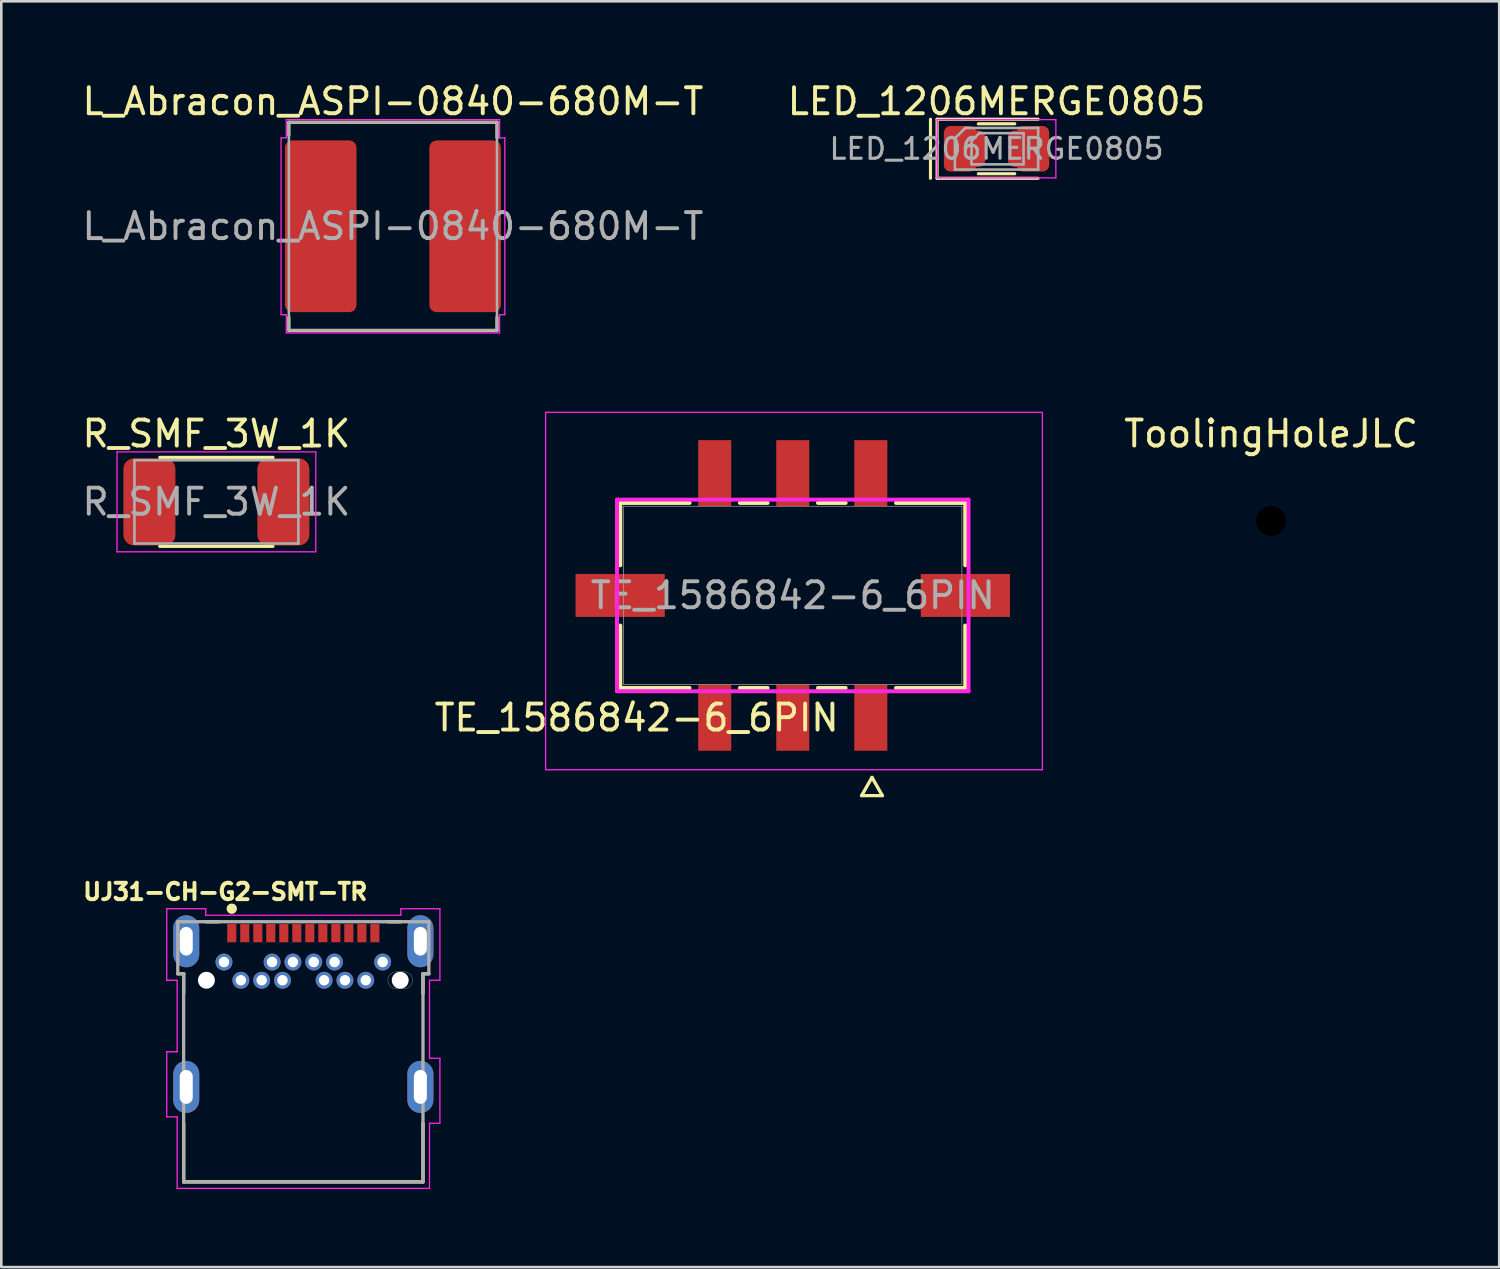
<source format=kicad_pcb>
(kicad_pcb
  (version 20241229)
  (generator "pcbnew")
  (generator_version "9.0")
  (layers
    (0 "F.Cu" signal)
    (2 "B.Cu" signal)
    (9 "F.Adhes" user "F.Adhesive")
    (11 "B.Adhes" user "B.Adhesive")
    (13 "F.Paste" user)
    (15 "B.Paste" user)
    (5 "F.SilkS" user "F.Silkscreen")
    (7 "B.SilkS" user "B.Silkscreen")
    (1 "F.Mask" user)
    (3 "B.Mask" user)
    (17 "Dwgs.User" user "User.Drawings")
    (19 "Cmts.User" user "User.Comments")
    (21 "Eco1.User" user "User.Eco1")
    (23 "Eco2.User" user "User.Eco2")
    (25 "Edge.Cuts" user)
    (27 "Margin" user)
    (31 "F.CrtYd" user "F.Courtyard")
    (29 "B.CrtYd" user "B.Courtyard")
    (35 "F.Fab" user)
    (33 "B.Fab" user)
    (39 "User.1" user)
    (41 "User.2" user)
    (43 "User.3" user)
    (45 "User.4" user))
  (footprint "UJ31-CH-G2-SMT-TR"
    (layer "F.Cu")
    (at 5.859 32.82)
    (property "Reference" "UJ31-CH-G2-SMT-TR" (at -0.25 -1.591 0) (layer "F.SilkS") (effects (font (size 0.63 0.63) (thickness 0.15))))
    (attr through_hole)
    (fp_line (start -2.075 1.56) (end -1.85 1.56) (stroke (width 0.127) (type solid)) (layer "F.SilkS"))
    (fp_line (start -1.85 1.56) (end -1.85 2.31) (stroke (width 0.127) (type solid)) (layer "F.SilkS"))
    (fp_line (start -1.85 9.56) (end -1.85 7.31) (stroke (width 0.127) (type solid)) (layer "F.SilkS"))
    (fp_line (start -1 -0.44) (end -0.5 -0.44) (stroke (width 0.127) (type solid)) (layer "F.SilkS"))
    (fp_line (start 6 -0.44) (end 6.5 -0.44) (stroke (width 0.127) (type solid)) (layer "F.SilkS"))
    (fp_line (start 7.35 1.56) (end 7.35 2.31) (stroke (width 0.127) (type solid)) (layer "F.SilkS"))
    (fp_line (start 7.35 7.31) (end 7.35 9.56) (stroke (width 0.127) (type solid)) (layer "F.SilkS"))
    (fp_line (start 7.35 9.56) (end -1.85 9.56) (stroke (width 0.127) (type solid)) (layer "F.SilkS"))
    (fp_line (start 7.575 1.56) (end 7.35 1.56) (stroke (width 0.127) (type solid)) (layer "F.SilkS"))
    (fp_circle (center 0 -0.94) (end 0.1 -0.94) (stroke (width 0.2) (type solid)) (fill no) (layer "F.SilkS"))
    (fp_line (start 6.325 1.485) (end 6.625 1.485) (stroke (width 0.01) (type solid)) (layer "Edge.Cuts"))
    (fp_line (start 6.325 2.135) (end 6.625 2.135) (stroke (width 0.01) (type solid)) (layer "Edge.Cuts"))
    (fp_arc (start 6.325 2.135) (mid 6 1.81) (end 6.325 1.485) (stroke (width 0.01) (type solid)) (layer "Edge.Cuts"))
    (fp_arc (start 6.625 1.485) (mid 6.95 1.81) (end 6.625 2.135) (stroke (width 0.01) (type solid)) (layer "Edge.Cuts"))
    (fp_line (start -2.5 -0.94) (end -1 -0.94) (stroke (width 0.05) (type solid)) (layer "F.CrtYd"))
    (fp_line (start -2.5 1.81) (end -2.5 -0.94) (stroke (width 0.05) (type solid)) (layer "F.CrtYd"))
    (fp_line (start -2.5 4.56) (end -2.1 4.56) (stroke (width 0.05) (type solid)) (layer "F.CrtYd"))
    (fp_line (start -2.5 7.06) (end -2.5 4.56) (stroke (width 0.05) (type solid)) (layer "F.CrtYd"))
    (fp_line (start -2.1 1.81) (end -2.5 1.81) (stroke (width 0.05) (type solid)) (layer "F.CrtYd"))
    (fp_line (start -2.1 4.56) (end -2.1 1.81) (stroke (width 0.05) (type solid)) (layer "F.CrtYd"))
    (fp_line (start -2.1 7.06) (end -2.5 7.06) (stroke (width 0.05) (type solid)) (layer "F.CrtYd"))
    (fp_line (start -2.1 9.81) (end -2.1 7.06) (stroke (width 0.05) (type solid)) (layer "F.CrtYd"))
    (fp_line (start -1 -0.94) (end -1 -0.69) (stroke (width 0.05) (type solid)) (layer "F.CrtYd"))
    (fp_line (start -1 -0.69) (end 6.5 -0.69) (stroke (width 0.05) (type solid)) (layer "F.CrtYd"))
    (fp_line (start 6.5 -0.94) (end 8 -0.94) (stroke (width 0.05) (type solid)) (layer "F.CrtYd"))
    (fp_line (start 6.5 -0.69) (end 6.5 -0.94) (stroke (width 0.05) (type solid)) (layer "F.CrtYd"))
    (fp_line (start 7.6 1.81) (end 7.6 4.81) (stroke (width 0.05) (type solid)) (layer "F.CrtYd"))
    (fp_line (start 7.6 4.81) (end 8 4.81) (stroke (width 0.05) (type solid)) (layer "F.CrtYd"))
    (fp_line (start 7.6 7.31) (end 7.6 9.81) (stroke (width 0.05) (type solid)) (layer "F.CrtYd"))
    (fp_line (start 7.6 9.81) (end -2.1 9.81) (stroke (width 0.05) (type solid)) (layer "F.CrtYd"))
    (fp_line (start 8 -0.94) (end 8 1.81) (stroke (width 0.05) (type solid)) (layer "F.CrtYd"))
    (fp_line (start 8 1.81) (end 7.6 1.81) (stroke (width 0.05) (type solid)) (layer "F.CrtYd"))
    (fp_line (start 8 4.81) (end 8 7.31) (stroke (width 0.05) (type solid)) (layer "F.CrtYd"))
    (fp_line (start 8 7.31) (end 7.6 7.31) (stroke (width 0.05) (type solid)) (layer "F.CrtYd"))
    (fp_line (start -2.075 -0.44) (end 7.575 -0.44) (stroke (width 0.127) (type solid)) (layer "F.Fab"))
    (fp_line (start -2.075 1.56) (end -2.075 -0.44) (stroke (width 0.127) (type solid)) (layer "F.Fab"))
    (fp_line (start -1.85 1.56) (end -2.075 1.56) (stroke (width 0.127) (type solid)) (layer "F.Fab"))
    (fp_line (start -1.85 9.56) (end -1.85 1.56) (stroke (width 0.127) (type solid)) (layer "F.Fab"))
    (fp_line (start 7.35 1.56) (end 7.35 9.56) (stroke (width 0.127) (type solid)) (layer "F.Fab"))
    (fp_line (start 7.35 9.56) (end -1.85 9.56) (stroke (width 0.127) (type solid)) (layer "F.Fab"))
    (fp_line (start 7.575 -0.44) (end 7.575 1.56) (stroke (width 0.127) (type solid)) (layer "F.Fab"))
    (fp_line (start 7.575 1.56) (end 7.35 1.56) (stroke (width 0.127) (type solid)) (layer "F.Fab"))
    (pad "" np_thru_hole circle (at -0.975 1.81) (size 0.65 0.65) (drill 0.65) (layers "*.Cu" "*.Mask"))
    (pad "" np_thru_hole circle (at 6.475 1.81) (size 0.65 0.65) (drill 0.65) (layers "*.Cu" "*.Mask"))
    (pad "A1" smd rect (at 0 0) (size 0.35 0.7) (layers "F.Cu" "F.Mask" "F.Paste"))
    (pad "A2" smd rect (at 0.5 0) (size 0.35 0.7) (layers "F.Cu" "F.Mask" "F.Paste"))
    (pad "A3" smd rect (at 1 0) (size 0.35 0.7) (layers "F.Cu" "F.Mask" "F.Paste"))
    (pad "A4" smd rect (at 1.5 0) (size 0.35 0.7) (layers "F.Cu" "F.Mask" "F.Paste"))
    (pad "A5" smd rect (at 2 0) (size 0.35 0.7) (layers "F.Cu" "F.Mask" "F.Paste"))
    (pad "A6" smd rect (at 2.5 0) (size 0.35 0.7) (layers "F.Cu" "F.Mask" "F.Paste"))
    (pad "A7" smd rect (at 3 0) (size 0.35 0.7) (layers "F.Cu" "F.Mask" "F.Paste"))
    (pad "A8" smd rect (at 3.5 0) (size 0.35 0.7) (layers "F.Cu" "F.Mask" "F.Paste"))
    (pad "A9" smd rect (at 4 0) (size 0.35 0.7) (layers "F.Cu" "F.Mask" "F.Paste"))
    (pad "A10" smd rect (at 4.5 0) (size 0.35 0.7) (layers "F.Cu" "F.Mask" "F.Paste"))
    (pad "A11" smd rect (at 5 0) (size 0.35 0.7) (layers "F.Cu" "F.Mask" "F.Paste"))
    (pad "A12" smd rect (at 5.5 0) (size 0.35 0.7) (layers "F.Cu" "F.Mask" "F.Paste"))
    (pad "B1" thru_hole circle (at 5.8 1.11) (size 0.65 0.65) (drill 0.4) (layers "*.Cu" "*.Mask"))
    (pad "B2" thru_hole circle (at 5.15 1.81) (size 0.65 0.65) (drill 0.4) (layers "*.Cu" "*.Mask"))
    (pad "B3" thru_hole circle (at 4.35 1.81) (size 0.65 0.65) (drill 0.4) (layers "*.Cu" "*.Mask"))
    (pad "B4" thru_hole circle (at 3.95 1.11) (size 0.65 0.65) (drill 0.4) (layers "*.Cu" "*.Mask"))
    (pad "B5" thru_hole circle (at 3.55 1.81) (size 0.65 0.65) (drill 0.4) (layers "*.Cu" "*.Mask"))
    (pad "B6" thru_hole circle (at 3.15 1.11) (size 0.65 0.65) (drill 0.4) (layers "*.Cu" "*.Mask"))
    (pad "B7" thru_hole circle (at 2.35 1.11) (size 0.65 0.65) (drill 0.4) (layers "*.Cu" "*.Mask"))
    (pad "B8" thru_hole circle (at 1.95 1.81) (size 0.65 0.65) (drill 0.4) (layers "*.Cu" "*.Mask"))
    (pad "B9" thru_hole circle (at 1.55 1.11) (size 0.65 0.65) (drill 0.4) (layers "*.Cu" "*.Mask"))
    (pad "B10" thru_hole circle (at 1.15 1.81) (size 0.65 0.65) (drill 0.4) (layers "*.Cu" "*.Mask"))
    (pad "B11" thru_hole circle (at 0.35 1.81) (size 0.65 0.65) (drill 0.4) (layers "*.Cu" "*.Mask"))
    (pad "B12" thru_hole circle (at -0.3 1.11) (size 0.65 0.65) (drill 0.4) (layers "*.Cu" "*.Mask"))
    (pad "SH1" thru_hole oval (at -1.75 0.31) (size 1 2) (drill oval 0.5 1.1) (layers "*.Cu" "*.Mask"))
    (pad "SH2" thru_hole oval (at 7.25 0.31) (size 1 2) (drill oval 0.5 1.1) (layers "*.Cu" "*.Mask"))
    (pad "SH3" thru_hole oval (at -1.75 5.91) (size 1 2) (drill oval 0.5 1.3) (layers "*.Cu" "*.Mask"))
    (pad "SH4" thru_hole oval (at 7.25 5.91) (size 1 2) (drill oval 0.5 1.3) (layers "*.Cu" "*.Mask"))
    (zone (net_name "") (layer "F.Cu") (hatch full 0.508) (connect_pads) (min_thickness 0) (filled_areas_thickness no) (keepout (tracks not_allowed) (vias not_allowed) (pads not_allowed) (copperpour not_allowed) (footprints allowed)) (placement (enabled no)) (fill) (polygon (pts (xy 4.009 35.38) (xy 13.209 35.38) (xy 13.209 37.48) (xy 12.359 37.48) (xy 12.359 39.88) (xy 4.859 39.88) (xy 4.859 37.48) (xy 4.009 37.48))))
    (zone (net_name "") (layer "B.Cu") (hatch full 0.508) (connect_pads) (min_thickness 0) (filled_areas_thickness no) (keepout (tracks not_allowed) (vias not_allowed) (pads not_allowed) (copperpour not_allowed) (footprints allowed)) (placement (enabled no)) (fill) (polygon (pts (xy 4.009 35.38) (xy 13.209 35.38) (xy 13.209 37.48) (xy 12.359 37.48) (xy 12.359 39.88) (xy 4.859 39.88) (xy 4.859 37.48) (xy 4.009 37.48)))))
  (footprint "R_SMF_3W_1K"
    (layer "F.Cu")
    (at 5.268 16.241)
    (property "Reference" "R_SMF_3W_1K" (at 0 -2.62 0) (layer "F.SilkS") (effects (font (size 1 1) (thickness 0.15))))
    (attr smd)
    (fp_line (start -2.177 -1.71) (end 2.177 -1.71) (stroke (width 0.12) (type solid)) (layer "F.SilkS"))
    (fp_line (start -2.177 1.71) (end 2.177 1.71) (stroke (width 0.12) (type solid)) (layer "F.SilkS"))
    (fp_line (start -3.82 -1.92) (end 3.82 -1.92) (stroke (width 0.05) (type solid)) (layer "F.CrtYd"))
    (fp_line (start -3.82 1.92) (end -3.82 -1.92) (stroke (width 0.05) (type solid)) (layer "F.CrtYd"))
    (fp_line (start 3.82 -1.92) (end 3.82 1.92) (stroke (width 0.05) (type solid)) (layer "F.CrtYd"))
    (fp_line (start 3.82 1.92) (end -3.82 1.92) (stroke (width 0.05) (type solid)) (layer "F.CrtYd"))
    (fp_line (start -3.15 -1.6) (end 3.15 -1.6) (stroke (width 0.1) (type solid)) (layer "F.Fab"))
    (fp_line (start -3.15 1.6) (end -3.15 -1.6) (stroke (width 0.1) (type solid)) (layer "F.Fab"))
    (fp_line (start 3.15 -1.6) (end 3.15 1.6) (stroke (width 0.1) (type solid)) (layer "F.Fab"))
    (fp_line (start 3.15 1.6) (end -3.15 1.6) (stroke (width 0.1) (type solid)) (layer "F.Fab"))
    (fp_text user "${REFERENCE}" (at 0 0 0) (layer "F.Fab") (effects (font (size 1 1) (thickness 0.15))))
    (pad "1" smd roundrect (at -2.575 0) (size 2 3.35) (layers "F.Cu" "F.Mask" "F.Paste") (roundrect_rratio 0.204))
    (pad "2" smd roundrect (at 2.575 0) (size 2 3.35) (layers "F.Cu" "F.Mask" "F.Paste") (roundrect_rratio 0.204)))
  (footprint "ToolingHoleJLC"
    (layer "F.Cu")
    (at 45.81 16.971)
    (property "Reference" "ToolingHoleJLC" (at 0 -3.35 0) (layer "F.SilkS") (effects (font (size 1 1) (thickness 0.15))))
    (attr exclude_from_pos_files exclude_from_bom)
    (pad "" np_thru_hole circle (at 0 0) (size 1.3 1.3) (drill 1.152) (layers "*.Mask")))
  (footprint "L_Abracon_ASPI-0840-680M-T"
    (layer "F.Cu")
    (at 12.054 5.648)
    (property "Reference" "L_Abracon_ASPI-0840-680M-T" (at 0 -4.8 0) (layer "F.SilkS") (effects (font (size 1 1) (thickness 0.15))))
    (attr smd)
    (fp_line (start -4 -4) (end -4 -3.5) (stroke (width 0.12) (type solid)) (layer "F.SilkS"))
    (fp_line (start -4 4) (end -4 3.5) (stroke (width 0.12) (type solid)) (layer "F.SilkS"))
    (fp_line (start -4 4) (end 4 4) (stroke (width 0.12) (type solid)) (layer "F.SilkS"))
    (fp_line (start 4 -4) (end -4 -4) (stroke (width 0.12) (type solid)) (layer "F.SilkS"))
    (fp_line (start 4 -4) (end 4 -3.4) (stroke (width 0.12) (type solid)) (layer "F.SilkS"))
    (fp_line (start 4 4) (end 4 3.5) (stroke (width 0.12) (type solid)) (layer "F.SilkS"))
    (fp_line (start -4.3 -3.4) (end -4.3 3.4) (stroke (width 0.05) (type solid)) (layer "F.CrtYd"))
    (fp_line (start -4.3 3.4) (end -4.1 3.4) (stroke (width 0.05) (type solid)) (layer "F.CrtYd"))
    (fp_line (start -4.1 -4.1) (end -4.1 -3.4) (stroke (width 0.05) (type solid)) (layer "F.CrtYd"))
    (fp_line (start -4.1 -3.4) (end -4.3 -3.4) (stroke (width 0.05) (type solid)) (layer "F.CrtYd"))
    (fp_line (start -4.1 3.4) (end -4.1 4.09) (stroke (width 0.05) (type solid)) (layer "F.CrtYd"))
    (fp_line (start -4.1 4.1) (end 4.1 4.1) (stroke (width 0.05) (type solid)) (layer "F.CrtYd"))
    (fp_line (start 4.1 -4.1) (end -4.1 -4.1) (stroke (width 0.05) (type solid)) (layer "F.CrtYd"))
    (fp_line (start 4.1 -3.4) (end 4.1 -4.1) (stroke (width 0.05) (type solid)) (layer "F.CrtYd"))
    (fp_line (start 4.1 3.4) (end 4.3 3.4) (stroke (width 0.05) (type solid)) (layer "F.CrtYd"))
    (fp_line (start 4.1 4.1) (end 4.1 3.4) (stroke (width 0.05) (type solid)) (layer "F.CrtYd"))
    (fp_line (start 4.3 -3.4) (end 4.1 -3.4) (stroke (width 0.05) (type solid)) (layer "F.CrtYd"))
    (fp_line (start 4.3 3.4) (end 4.3 -3.4) (stroke (width 0.05) (type solid)) (layer "F.CrtYd"))
    (fp_line (start -4 -4) (end 4 -4) (stroke (width 0.1) (type solid)) (layer "F.Fab"))
    (fp_line (start -4 4) (end -4 -4) (stroke (width 0.1) (type solid)) (layer "F.Fab"))
    (fp_line (start 4 -4) (end 4 4) (stroke (width 0.1) (type solid)) (layer "F.Fab"))
    (fp_line (start 4 4) (end -4 4) (stroke (width 0.1) (type solid)) (layer "F.Fab"))
    (fp_text user "${REFERENCE}" (at 0 0 0) (layer "F.Fab") (effects (font (size 1 1) (thickness 0.15))))
    (pad "1" smd roundrect (at -2.775 0) (size 2.75 6.6) (layers "F.Cu" "F.Mask" "F.Paste") (roundrect_rratio 0.1))
    (pad "2" smd roundrect (at 2.775 0) (size 2.75 6.6) (layers "F.Cu" "F.Mask" "F.Paste") (roundrect_rratio 0.1)))
  (footprint "LED_1206MERGE0805"
    (layer "F.Cu")
    (at 35.256 2.668)
    (property "Reference" "LED_1206MERGE0805" (at 0 -1.82 0) (layer "F.SilkS") (effects (font (size 1 1) (thickness 0.15))))
    (attr smd)
    (fp_line (start -2.54 -1.135) (end -2.54 1.135) (stroke (width 0.12) (type solid)) (layer "F.SilkS"))
    (fp_line (start -2.285 -1.135) (end -2.285 1.135) (stroke (width 0.12) (type solid)) (layer "F.SilkS"))
    (fp_line (start -2.285 1.135) (end 1.6 1.135) (stroke (width 0.12) (type solid)) (layer "F.SilkS"))
    (fp_line (start -0.7 0.96) (end 0.7 0.96) (stroke (width 0.12) (type solid)) (layer "F.SilkS"))
    (fp_line (start 0.7 -0.96) (end -0.7 -0.96) (stroke (width 0.12) (type solid)) (layer "F.SilkS"))
    (fp_line (start 1.6 -1.135) (end -2.285 -1.135) (stroke (width 0.12) (type solid)) (layer "F.SilkS"))
    (fp_line (start -2.28 -1.12) (end 2.28 -1.12) (stroke (width 0.05) (type solid)) (layer "F.CrtYd"))
    (fp_line (start -2.28 1.12) (end -2.28 -1.12) (stroke (width 0.05) (type solid)) (layer "F.CrtYd"))
    (fp_line (start 2.28 -1.12) (end 2.28 1.12) (stroke (width 0.05) (type solid)) (layer "F.CrtYd"))
    (fp_line (start 2.28 1.12) (end -2.28 1.12) (stroke (width 0.05) (type solid)) (layer "F.CrtYd"))
    (fp_line (start -1.6 -0.4) (end -1.6 0.8) (stroke (width 0.1) (type solid)) (layer "F.Fab"))
    (fp_line (start -1.6 0.8) (end 1.6 0.8) (stroke (width 0.1) (type solid)) (layer "F.Fab"))
    (fp_line (start -1.2 -0.8) (end -1.6 -0.4) (stroke (width 0.1) (type solid)) (layer "F.Fab"))
    (fp_line (start -0.963 -0.3) (end -0.963 0.6) (stroke (width 0.1) (type solid)) (layer "F.Fab"))
    (fp_line (start -0.963 0.6) (end 1.038 0.6) (stroke (width 0.1) (type solid)) (layer "F.Fab"))
    (fp_line (start -0.662 -0.6) (end -0.963 -0.3) (stroke (width 0.1) (type solid)) (layer "F.Fab"))
    (fp_line (start 1.038 -0.6) (end -0.662 -0.6) (stroke (width 0.1) (type solid)) (layer "F.Fab"))
    (fp_line (start 1.038 0.6) (end 1.038 -0.6) (stroke (width 0.1) (type solid)) (layer "F.Fab"))
    (fp_line (start 1.6 -0.8) (end -1.2 -0.8) (stroke (width 0.1) (type solid)) (layer "F.Fab"))
    (fp_line (start 1.6 0.8) (end 1.6 -0.8) (stroke (width 0.1) (type solid)) (layer "F.Fab"))
    (fp_text user "${REFERENCE}" (at 0 0 0) (layer "F.Fab") (effects (font (size 0.8 0.8) (thickness 0.12))))
    (pad "1" smd roundrect (at -1.4 0) (size 1.25 1.75) (layers "F.Cu" "F.Mask" "F.Paste") (roundrect_rratio 0.2))
    (pad "1" smd roundrect (at -0.925 0) (size 0.975 1.4) (layers "F.Cu" "F.Mask" "F.Paste") (roundrect_rratio 0.25))
    (pad "2" smd roundrect (at 0.925 0) (size 0.975 1.4) (layers "F.Cu" "F.Mask" "F.Paste") (roundrect_rratio 0.25))
    (pad "2" smd roundrect (at 1.4 0) (size 1.25 1.75) (layers "F.Cu" "F.Mask" "F.Paste") (roundrect_rratio 0.2)))
  (footprint "TE_1586842-6_6PIN"
    (layer "F.Cu")
    (at 30.423 24.538)
    (property "Reference" "TE_1586842-6_6PIN" (at -9 0 0) (unlocked yes) (layer "F.SilkS") (effects (font (size 1 1) (thickness 0.15))))
    (attr smd)
    (fp_line (start -9.629 -8.256) (end -9.629 -5.858) (stroke (width 0.152) (type solid)) (layer "F.SilkS"))
    (fp_line (start -9.629 -3.542) (end -9.629 -1.144) (stroke (width 0.152) (type solid)) (layer "F.SilkS"))
    (fp_line (start -9.629 -1.144) (end -6.968 -1.144) (stroke (width 0.152) (type solid)) (layer "F.SilkS"))
    (fp_line (start -6.968 -8.256) (end -9.629 -8.256) (stroke (width 0.152) (type solid)) (layer "F.SilkS"))
    (fp_line (start -5.032 -1.144) (end -3.968 -1.144) (stroke (width 0.152) (type solid)) (layer "F.SilkS"))
    (fp_line (start -3.968 -8.256) (end -5.032 -8.256) (stroke (width 0.152) (type solid)) (layer "F.SilkS"))
    (fp_line (start -2.032 -1.144) (end -0.968 -1.144) (stroke (width 0.152) (type solid)) (layer "F.SilkS"))
    (fp_line (start -0.968 -8.256) (end -2.032 -8.256) (stroke (width 0.152) (type solid)) (layer "F.SilkS"))
    (fp_line (start -0.355 2.995) (end 0.445 2.995) (stroke (width 0.127) (type solid)) (layer "F.SilkS"))
    (fp_line (start 0.045 2.295) (end -0.355 2.995) (stroke (width 0.127) (type solid)) (layer "F.SilkS"))
    (fp_line (start 0.445 2.995) (end 0.045 2.295) (stroke (width 0.127) (type solid)) (layer "F.SilkS"))
    (fp_line (start 0.968 -1.144) (end 3.629 -1.144) (stroke (width 0.152) (type solid)) (layer "F.SilkS"))
    (fp_line (start 3.629 -8.256) (end 0.968 -8.256) (stroke (width 0.152) (type solid)) (layer "F.SilkS"))
    (fp_line (start 3.629 -5.858) (end 3.629 -8.256) (stroke (width 0.152) (type solid)) (layer "F.SilkS"))
    (fp_line (start 3.629 -1.144) (end 3.629 -3.542) (stroke (width 0.152) (type solid)) (layer "F.SilkS"))
    (fp_line (start -12.5 -11.74) (end -12.5 2) (stroke (width 0.05) (type solid)) (layer "F.CrtYd"))
    (fp_line (start -12.5 2) (end 6.595 2) (stroke (width 0.05) (type solid)) (layer "F.CrtYd"))
    (fp_line (start -9.756 -8.383) (end -9.756 -1.017) (stroke (width 0.152) (type solid)) (layer "F.CrtYd"))
    (fp_line (start -9.756 -1.017) (end 3.756 -1.017) (stroke (width 0.152) (type solid)) (layer "F.CrtYd"))
    (fp_line (start 3.756 -8.383) (end -9.756 -8.383) (stroke (width 0.152) (type solid)) (layer "F.CrtYd"))
    (fp_line (start 3.756 -1.017) (end 3.756 -8.383) (stroke (width 0.152) (type solid)) (layer "F.CrtYd"))
    (fp_line (start 6.595 -11.74) (end -12.5 -11.74) (stroke (width 0.05) (type solid)) (layer "F.CrtYd"))
    (fp_line (start 6.595 2) (end 6.595 -11.74) (stroke (width 0.05) (type solid)) (layer "F.CrtYd"))
    (fp_line (start -9.502 -8.129) (end -9.502 -1.271) (stroke (width 0.025) (type solid)) (layer "F.Fab"))
    (fp_line (start -9.502 -1.271) (end 3.502 -1.271) (stroke (width 0.025) (type solid)) (layer "F.Fab"))
    (fp_line (start 3.502 -8.129) (end -9.502 -8.129) (stroke (width 0.025) (type solid)) (layer "F.Fab"))
    (fp_line (start 3.502 -1.271) (end 3.502 -8.129) (stroke (width 0.025) (type solid)) (layer "F.Fab"))
    (fp_text user "${REFERENCE}" (at -3 -4.7 0) (unlocked yes) (layer "F.Fab") (effects (font (size 1 1) (thickness 0.15))))
    (pad "1" smd rect (at 0 0.000001) (size 1.27 2.54) (layers "F.Cu" "F.Mask" "F.Paste"))
    (pad "2" smd rect (at -3 0.000001) (size 1.27 2.54) (layers "F.Cu" "F.Mask" "F.Paste"))
    (pad "3" smd rect (at -6 0.000001) (size 1.27 2.54) (layers "F.Cu" "F.Mask" "F.Paste"))
    (pad "4" smd rect (at 0 -9.4) (size 1.27 2.54) (layers "F.Cu" "F.Mask" "F.Paste"))
    (pad "5" smd rect (at -3 -9.4) (size 1.27 2.54) (layers "F.Cu" "F.Mask" "F.Paste"))
    (pad "6" smd rect (at -6 -9.4) (size 1.27 2.54) (layers "F.Cu" "F.Mask" "F.Paste"))
    (pad "MP1" smd rect (at -9.635 -4.7) (size 3.429 1.651) (layers "F.Cu" "F.Mask" "F.Paste"))
    (pad "MP2" smd rect (at 3.635 -4.7) (size 3.429 1.651) (layers "F.Cu" "F.Mask" "F.Paste")))
  (gr_rect
    (start -3 -3)
    (end 54.578 45.655)
    (stroke (width 0.1) (type default))
    (fill no)
    (layer "Edge.Cuts")))
</source>
